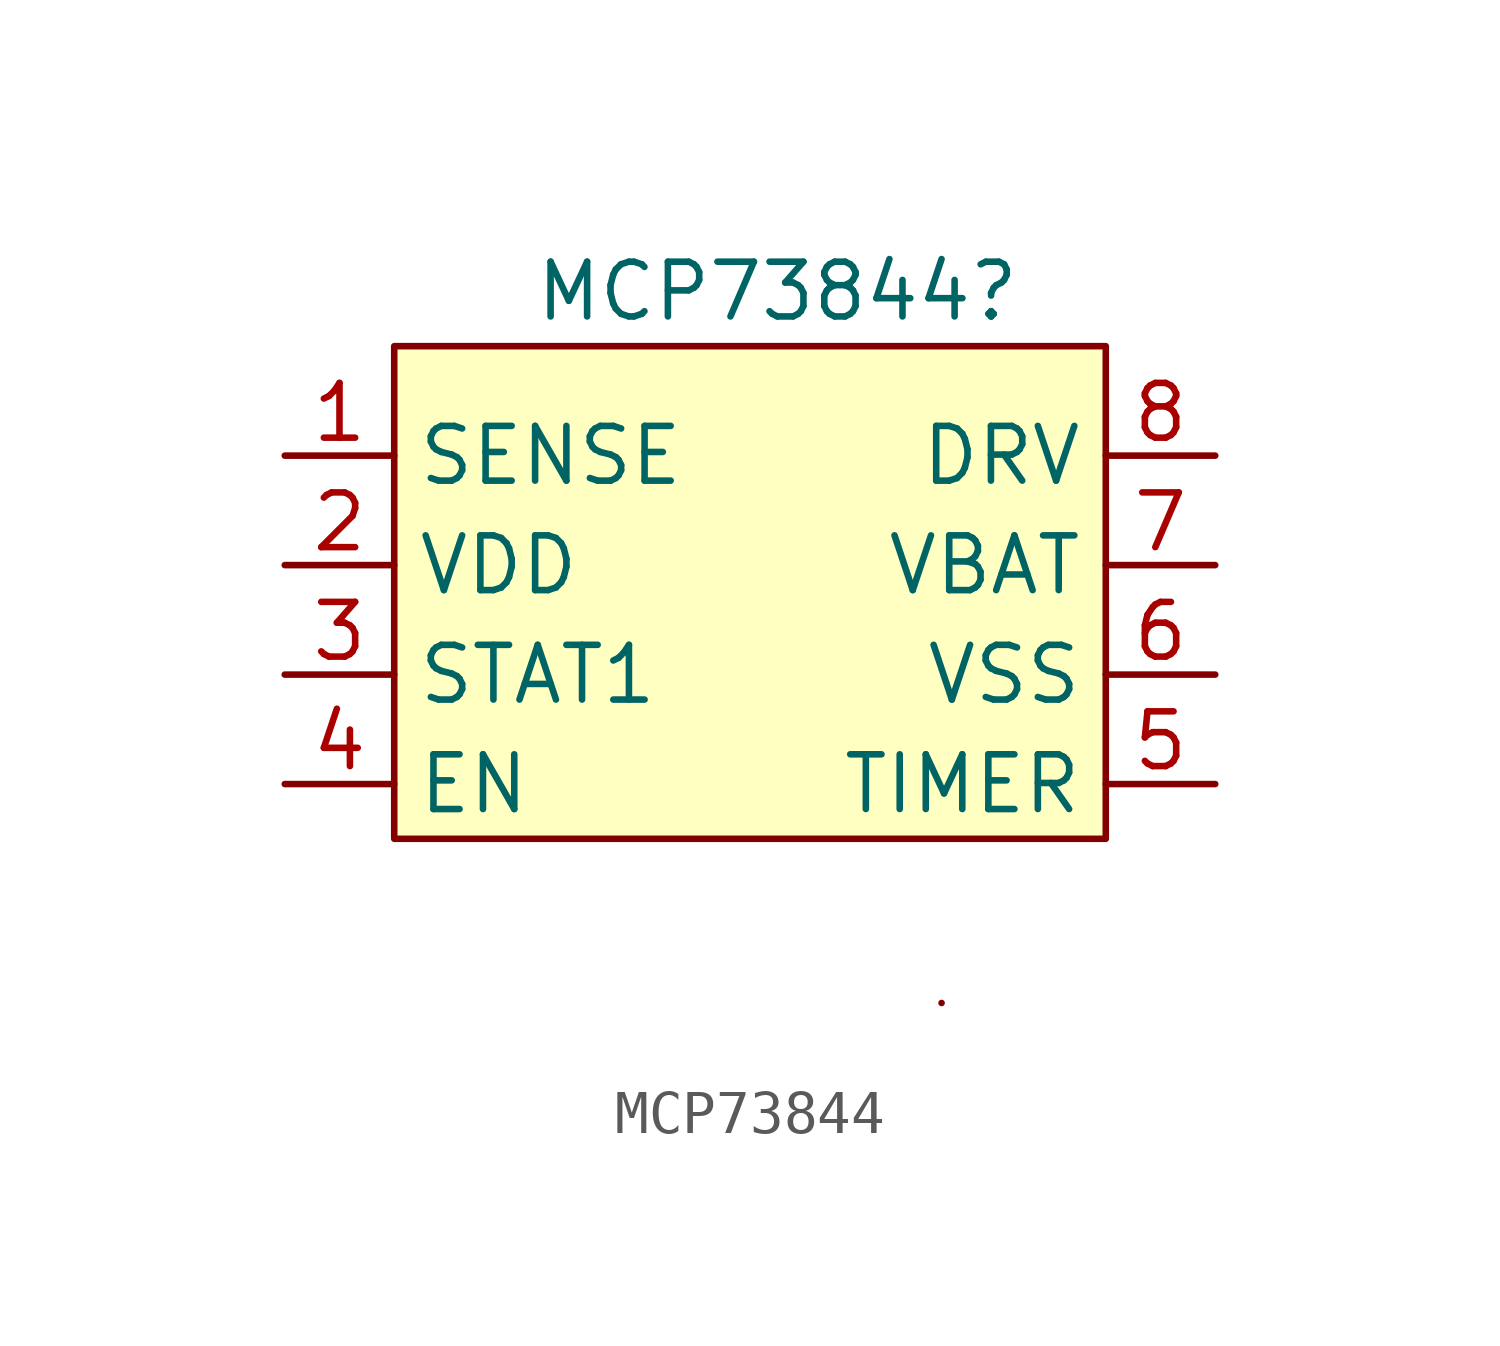
<source format=kicad_sym>
(kicad_symbol_lib
  (version 20241209)
  (generator "kicad_symbol_editor")
  (generator_version "9.0")
  (symbol "MCP73844"
    (property "Reference" "MCP73844"
      (at 0 7.62 0)
      (effects (font (size 1.27 1.27))))
    (property "Value" ""
      (at -2.54 -2.54 0)
      (effects (font (size 1.27 1.27))))
    (symbol "MCP73844_0_1"
      (rectangle (start 3.81 -8.89) (end 3.81 -8.89) (stroke (width 0) (type default)) (fill (type none))))
    (symbol "MCP73844_1_1"
      (rectangle (start -8.89 6.35) (end 7.62 -5.08) (stroke (width 0) (type solid)) (fill (type background)))
      (pin input line (at -11.43 3.81 0) (length 2.54) (name "SENSE" (effects (font (size 1.27 1.27)))) (number "1" (effects (font (size 1.27 1.27)))))
      (pin power_in line (at -11.43 1.27 0) (length 2.54) (name "VDD" (effects (font (size 1.27 1.27)))) (number "2" (effects (font (size 1.27 1.27)))))
      (pin output line (at -11.43 -1.27 0) (length 2.54) (name "STAT1" (effects (font (size 1.27 1.27)))) (number "3" (effects (font (size 1.27 1.27)))))
      (pin input line (at -11.43 -3.81 0) (length 2.54) (name "EN" (effects (font (size 1.27 1.27)))) (number "4" (effects (font (size 1.27 1.27)))))
      (pin output line (at 10.16 3.81 180) (length 2.54) (name "DRV" (effects (font (size 1.27 1.27)))) (number "8" (effects (font (size 1.27 1.27)))))
      (pin output line (at 10.16 1.27 180) (length 2.54) (name "VBAT" (effects (font (size 1.27 1.27)))) (number "7" (effects (font (size 1.27 1.27)))))
      (pin input line (at 10.16 -1.27 180) (length 2.54) (name "VSS" (effects (font (size 1.27 1.27)))) (number "6" (effects (font (size 1.27 1.27)))))
      (pin input line (at 10.16 -3.81 180) (length 2.54) (name "TIMER" (effects (font (size 1.27 1.27)))) (number "5" (effects (font (size 1.27 1.27))))))))
</source>
